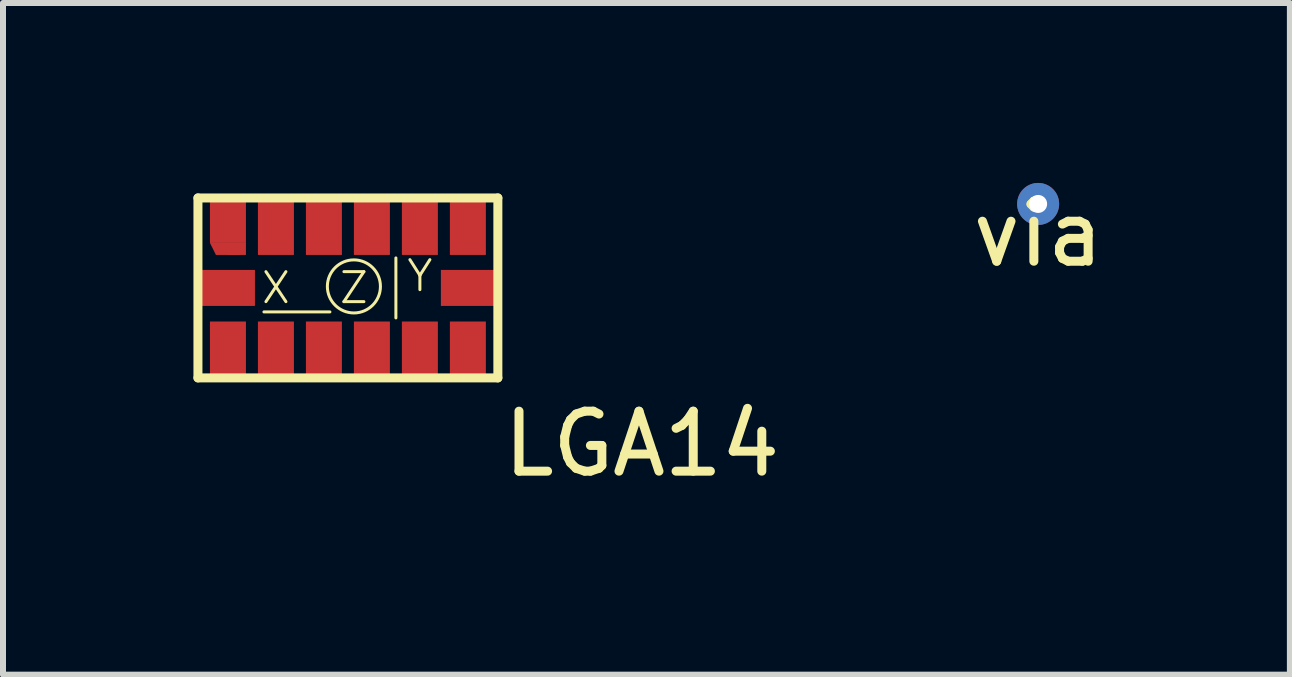
<source format=kicad_pcb>
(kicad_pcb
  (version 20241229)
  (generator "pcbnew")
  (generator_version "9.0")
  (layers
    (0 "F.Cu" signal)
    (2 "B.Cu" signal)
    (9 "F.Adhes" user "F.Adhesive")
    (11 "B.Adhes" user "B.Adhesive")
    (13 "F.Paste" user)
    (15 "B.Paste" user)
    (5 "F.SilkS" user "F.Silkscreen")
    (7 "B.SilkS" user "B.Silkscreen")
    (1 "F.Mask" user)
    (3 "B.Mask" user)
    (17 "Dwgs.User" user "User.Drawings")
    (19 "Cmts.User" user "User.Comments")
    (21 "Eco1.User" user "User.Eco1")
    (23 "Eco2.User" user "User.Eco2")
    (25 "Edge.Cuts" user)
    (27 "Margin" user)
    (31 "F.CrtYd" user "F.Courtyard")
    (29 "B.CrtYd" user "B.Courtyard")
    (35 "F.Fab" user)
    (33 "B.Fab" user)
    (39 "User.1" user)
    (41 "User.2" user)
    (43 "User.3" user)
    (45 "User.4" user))
  (footprint "via"
    (layer "F.Cu")
    (at 14.257 0.35)
    (property "Reference" "via" (at 0 0.5 0) (layer "F.SilkS") (effects (font (size 1 1) (thickness 0.15))))
    (attr through_hole)
    (pad "1" thru_hole circle (at 0 0) (size 0.7 0.7) (drill 0.3) (layers "*.Cu")))
  (footprint "LGA14"
    (layer "F.Cu")
    (at 0.25 0.25)
    (property "Reference" "LGA14" (at 7.4 4.1 0) (layer "F.SilkS") (effects (font (size 1 1) (thickness 0.15))))
    (attr through_hole)
    (fp_line (start 0 0) (end 5 0) (stroke (width 0.15) (type solid)) (layer "F.SilkS"))
    (fp_line (start 0 3) (end 0 0) (stroke (width 0.15) (type solid)) (layer "F.SilkS"))
    (fp_line (start 1.1 1.9) (end 2.2 1.9) (stroke (width 0.05) (type solid)) (layer "F.SilkS"))
    (fp_line (start 3.3 2) (end 3.3 1) (stroke (width 0.05) (type solid)) (layer "F.SilkS"))
    (fp_line (start 5 0) (end 5 3) (stroke (width 0.15) (type solid)) (layer "F.SilkS"))
    (fp_line (start 5 3) (end 0 3) (stroke (width 0.15) (type solid)) (layer "F.SilkS"))
    (fp_circle (center 2.6 1.475) (end 2.9 1.8) (stroke (width 0.05) (type solid)) (fill no) (layer "F.SilkS"))
    (fp_text user "Z" (at 2.6 1.5 0) (layer "F.SilkS") (effects (font (size 0.5 0.5) (thickness 0.05))))
    (fp_text user "X" (at 1.3 1.5 0) (layer "F.SilkS") (effects (font (size 0.5 0.5) (thickness 0.05))))
    (fp_text user "Y" (at 3.7 1.3 0) (layer "F.SilkS") (effects (font (size 0.5 0.5) (thickness 0.05))))
    (pad "1" smd rect (at 0.5 0.4) (size 0.6 0.7) (layers "F.Cu" "F.Mask" "F.Paste"))
    (pad "1" smd trapezoid (at 0.5 0.85 180) (size 0.5 0.2) (rect_delta 0 0.1) (layers "F.Cu" "F.Mask" "F.Paste"))
    (pad "1" smd rect (at 0.65 0.85 180) (size 0.3 0.2) (layers "F.Cu" "F.Mask" "F.Paste"))
    (pad "2" smd rect (at 1.3 0.5) (size 0.6 0.9) (layers "F.Cu" "F.Mask" "F.Paste"))
    (pad "3" smd rect (at 2.1 0.5) (size 0.6 0.9) (layers "F.Cu" "F.Mask" "F.Paste"))
    (pad "4" smd rect (at 2.9 0.5) (size 0.6 0.9) (layers "F.Cu" "F.Mask" "F.Paste"))
    (pad "5" smd rect (at 3.7 0.5) (size 0.6 0.9) (layers "F.Cu" "F.Mask" "F.Paste"))
    (pad "6" smd rect (at 4.5 0.5) (size 0.6 0.9) (layers "F.Cu" "F.Mask" "F.Paste"))
    (pad "7" smd rect (at 4.5 1.5) (size 0.9 0.6) (layers "F.Cu" "F.Mask" "F.Paste"))
    (pad "8" smd rect (at 4.5 2.51) (size 0.6 0.9) (layers "F.Cu" "F.Mask" "F.Paste"))
    (pad "9" smd rect (at 3.7 2.51) (size 0.6 0.9) (layers "F.Cu" "F.Mask" "F.Paste"))
    (pad "10" smd rect (at 2.9 2.51) (size 0.6 0.9) (layers "F.Cu" "F.Mask" "F.Paste"))
    (pad "11" smd rect (at 2.1 2.51) (size 0.6 0.9) (layers "F.Cu" "F.Mask" "F.Paste"))
    (pad "12" smd rect (at 1.3 2.51) (size 0.6 0.9) (layers "F.Cu" "F.Mask" "F.Paste"))
    (pad "13" smd rect (at 0.5 2.51) (size 0.6 0.9) (layers "F.Cu" "F.Mask" "F.Paste"))
    (pad "14" smd rect (at 0.5 1.5) (size 0.9 0.6) (layers "F.Cu" "F.Mask" "F.Paste")))
  (gr_rect
    (start -3 -3)
    (end 18.454 8.198)
    (stroke (width 0.1) (type default))
    (fill no)
    (layer "Edge.Cuts")))
</source>
